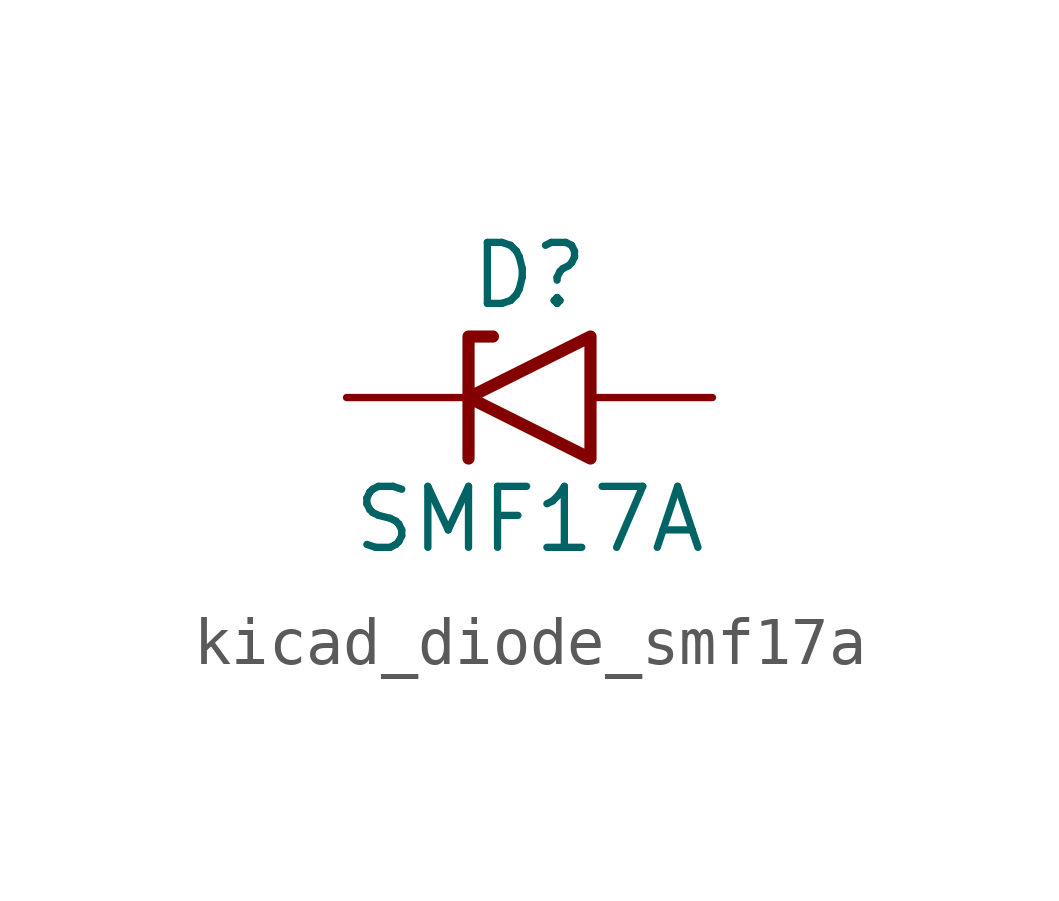
<source format=kicad_sym>
(kicad_symbol_lib
  (version 20220914)
  (generator kicad_symbol_editor)
  (symbol "kicad_diode_smf17a"
    (pin_numbers hide)
    (pin_names
      (offset 1.016) hide)
    (property "Reference" "D"
      (at 0 2.54 0)
      (effects (font (size 1.27 1.27))))
    (property "Value" "SMF17A"
      (at 0 -2.54 0)
      (effects (font (size 1.27 1.27))))
    (symbol "kicad_diode_smf17a_0_1"
      (polyline (pts (xy -0.762 1.27) (xy -1.27 1.27) (xy -1.27 -1.27)) (stroke (width 0.254) (type default)) (fill (type none)))
      (polyline (pts (xy 1.27 1.27) (xy 1.27 -1.27) (xy -1.27 0) (xy 1.27 1.27)) (stroke (width 0.254) (type default)) (fill (type none))))
    (symbol "kicad_diode_smf17a_1_1"
      (pin passive line (at -3.81 0 0) (length 2.54) (name "A1" (effects (font (size 1.27 1.27)))) (number "1" (effects (font (size 1.27 1.27)))))
      (pin passive line (at 3.81 0 180) (length 2.54) (name "A2" (effects (font (size 1.27 1.27)))) (number "2" (effects (font (size 1.27 1.27))))))))
</source>
